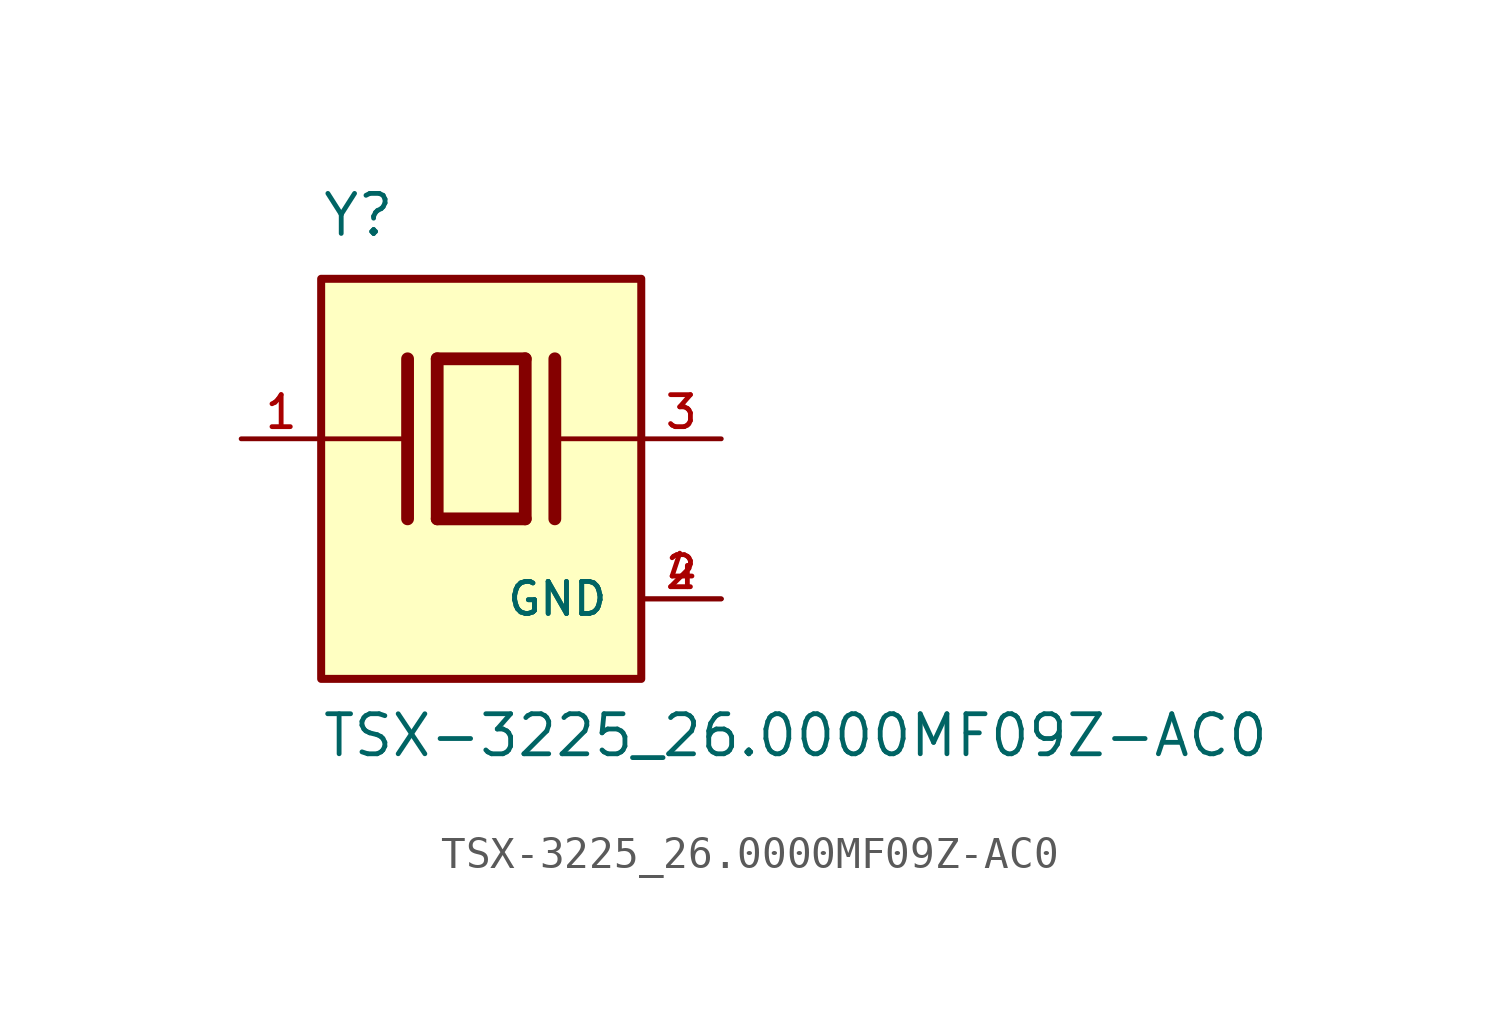
<source format=kicad_sym>
(kicad_symbol_lib
  (version 20211014)
  (generator kicad_symbol_editor)
  (symbol "TSX-3225_26.0000MF09Z-AC0"
    (pin_names
      (offset 1.016))
    (property "Reference" "Y"
      (at -5.088 6.356 0)
      (effects (font (size 1.27 1.27)) (justify bottom left)))
    (property "Value" "TSX-3225_26.0000MF09Z-AC0"
      (at -5.094 -10.16 0)
      (effects (font (size 1.27 1.27)) (justify bottom left)))
    (symbol "TSX-3225_26.0000MF09Z-AC0_0_0"
      (polyline (pts (xy -1.397 2.54) (xy 1.397 2.54)) (stroke (width 0.406)))
      (polyline (pts (xy 1.397 2.54) (xy 1.397 -2.54)) (stroke (width 0.406)))
      (polyline (pts (xy 1.397 -2.54) (xy -1.397 -2.54)) (stroke (width 0.406)))
      (polyline (pts (xy -1.397 2.54) (xy -1.397 -2.54)) (stroke (width 0.406)))
      (polyline (pts (xy 2.337 2.54) (xy 2.337 -2.54)) (stroke (width 0.406)))
      (polyline (pts (xy -2.337 2.54) (xy -2.337 -2.54)) (stroke (width 0.406)))
      (polyline (pts (xy -5.08 0.0) (xy -2.54 0.0)) (stroke (width 0.152)))
      (polyline (pts (xy 2.54 0.0) (xy 5.08 0.0)) (stroke (width 0.152)))
      (rectangle (start -5.08 -7.62) (end 5.08 5.08) (stroke (width 0.254)) (fill (type background)))
      (pin passive line (at 7.62 0.0 180.0) (length 2.54) (name "~" (effects (font (size 1.016 1.016)))) (number "3" (effects (font (size 1.016 1.016)))))
      (pin passive line (at -7.62 0.0 0) (length 2.54) (name "~" (effects (font (size 1.016 1.016)))) (number "1" (effects (font (size 1.016 1.016)))))
      (pin power_in line (at 7.62 -5.08 180.0) (length 2.54) (name "GND" (effects (font (size 1.016 1.016)))) (number "2" (effects (font (size 1.016 1.016)))))
      (pin power_in line (at 7.62 -5.08 180.0) (length 2.54) (name "GND" (effects (font (size 1.016 1.016)))) (number "4" (effects (font (size 1.016 1.016))))))))
</source>
